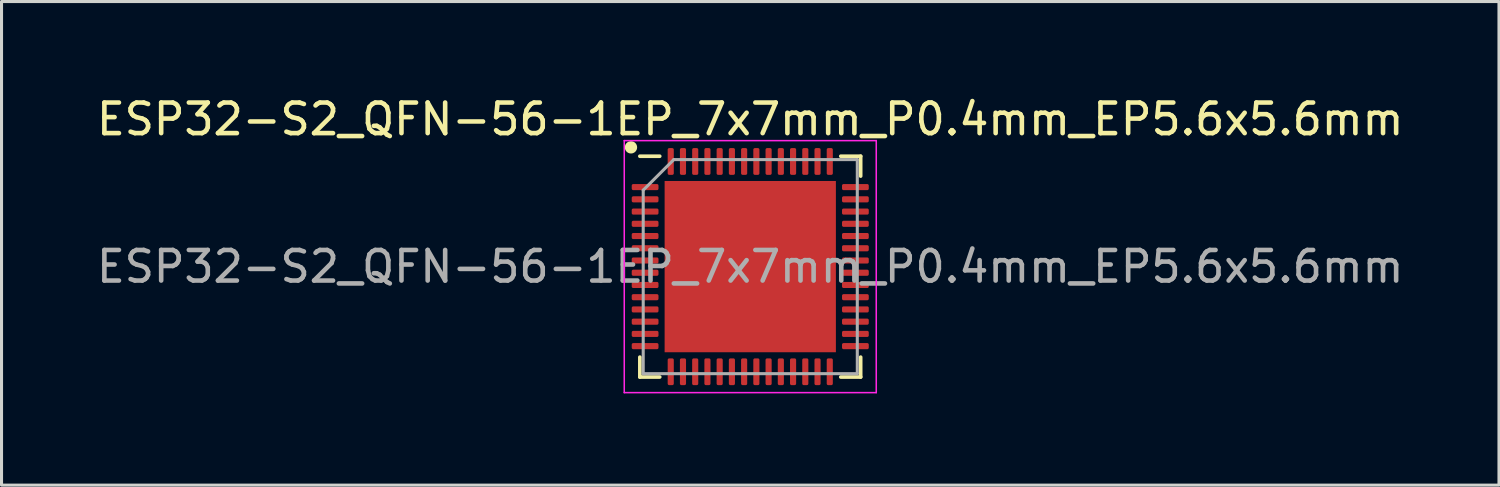
<source format=kicad_pcb>
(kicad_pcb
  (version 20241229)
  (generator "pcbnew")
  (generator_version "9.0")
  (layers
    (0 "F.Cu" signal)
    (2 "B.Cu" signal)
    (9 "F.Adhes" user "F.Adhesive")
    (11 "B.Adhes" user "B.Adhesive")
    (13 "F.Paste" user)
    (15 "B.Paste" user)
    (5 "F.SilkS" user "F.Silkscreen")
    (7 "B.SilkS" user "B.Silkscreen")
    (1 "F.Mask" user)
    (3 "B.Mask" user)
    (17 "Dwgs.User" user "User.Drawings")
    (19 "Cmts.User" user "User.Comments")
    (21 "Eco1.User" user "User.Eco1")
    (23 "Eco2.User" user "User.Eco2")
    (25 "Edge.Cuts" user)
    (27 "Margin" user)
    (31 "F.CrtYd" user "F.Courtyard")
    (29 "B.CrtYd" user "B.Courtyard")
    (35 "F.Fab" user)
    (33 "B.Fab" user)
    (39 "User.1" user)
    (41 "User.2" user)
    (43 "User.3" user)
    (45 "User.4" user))
  (footprint "ESP32-S2_QFN-56-1EP_7x7mm_P0.4mm_EP5.6x5.6mm"
    (layer "F.Cu")
    (at 21.482 5.668)
    (property "Reference" "ESP32-S2_QFN-56-1EP_7x7mm_P0.4mm_EP5.6x5.6mm" (at 0 -4.82 0) (layer "F.SilkS") (effects (font (size 1 1) (thickness 0.15))))
    (attr smd)
    (fp_line (start -3.61 3.61) (end -3.61 2.96) (stroke (width 0.12) (type solid)) (layer "F.SilkS"))
    (fp_line (start -2.96 -3.61) (end -3.61 -3.61) (stroke (width 0.12) (type solid)) (layer "F.SilkS"))
    (fp_line (start -2.96 3.61) (end -3.61 3.61) (stroke (width 0.12) (type solid)) (layer "F.SilkS"))
    (fp_line (start 2.96 -3.61) (end 3.61 -3.61) (stroke (width 0.12) (type solid)) (layer "F.SilkS"))
    (fp_line (start 2.96 3.61) (end 3.61 3.61) (stroke (width 0.12) (type solid)) (layer "F.SilkS"))
    (fp_line (start 3.61 -3.61) (end 3.61 -2.96) (stroke (width 0.12) (type solid)) (layer "F.SilkS"))
    (fp_line (start 3.61 3.61) (end 3.61 2.96) (stroke (width 0.12) (type solid)) (layer "F.SilkS"))
    (fp_circle (center -3.9 -3.9) (end -3.759 -3.9) (stroke (width 0.12) (type solid)) (fill yes) (layer "F.SilkS"))
    (fp_line (start -4.12 -4.12) (end -4.12 4.12) (stroke (width 0.05) (type solid)) (layer "F.CrtYd"))
    (fp_line (start -4.12 4.12) (end 4.12 4.12) (stroke (width 0.05) (type solid)) (layer "F.CrtYd"))
    (fp_line (start 4.12 -4.12) (end -4.12 -4.12) (stroke (width 0.05) (type solid)) (layer "F.CrtYd"))
    (fp_line (start 4.12 4.12) (end 4.12 -4.12) (stroke (width 0.05) (type solid)) (layer "F.CrtYd"))
    (fp_line (start -3.5 -2.5) (end -2.5 -3.5) (stroke (width 0.1) (type solid)) (layer "F.Fab"))
    (fp_line (start -3.5 3.5) (end -3.5 -2.5) (stroke (width 0.1) (type solid)) (layer "F.Fab"))
    (fp_line (start -2.5 -3.5) (end 3.5 -3.5) (stroke (width 0.1) (type solid)) (layer "F.Fab"))
    (fp_line (start 3.5 -3.5) (end 3.5 3.5) (stroke (width 0.1) (type solid)) (layer "F.Fab"))
    (fp_line (start 3.5 3.5) (end -3.5 3.5) (stroke (width 0.1) (type solid)) (layer "F.Fab"))
    (fp_text user "${REFERENCE}" (at 0 0 0) (layer "F.Fab") (effects (font (size 1 1) (thickness 0.15))))
    (pad "" smd roundrect (at -2.1 -2.1) (size 1.13 1.13) (layers "F.Paste") (roundrect_rratio 0.221))
    (pad "" smd roundrect (at -2.1 -0.7) (size 1.13 1.13) (layers "F.Paste") (roundrect_rratio 0.221))
    (pad "" smd roundrect (at -2.1 0.7) (size 1.13 1.13) (layers "F.Paste") (roundrect_rratio 0.221))
    (pad "" smd roundrect (at -2.1 2.1) (size 1.13 1.13) (layers "F.Paste") (roundrect_rratio 0.221))
    (pad "" smd roundrect (at -0.7 -2.1) (size 1.13 1.13) (layers "F.Paste") (roundrect_rratio 0.221))
    (pad "" smd roundrect (at -0.7 -0.7) (size 1.13 1.13) (layers "F.Paste") (roundrect_rratio 0.221))
    (pad "" smd roundrect (at -0.7 0.7) (size 1.13 1.13) (layers "F.Paste") (roundrect_rratio 0.221))
    (pad "" smd roundrect (at -0.7 2.1) (size 1.13 1.13) (layers "F.Paste") (roundrect_rratio 0.221))
    (pad "" smd roundrect (at 0.7 -2.1) (size 1.13 1.13) (layers "F.Paste") (roundrect_rratio 0.221))
    (pad "" smd roundrect (at 0.7 -0.7) (size 1.13 1.13) (layers "F.Paste") (roundrect_rratio 0.221))
    (pad "" smd roundrect (at 0.7 0.7) (size 1.13 1.13) (layers "F.Paste") (roundrect_rratio 0.221))
    (pad "" smd roundrect (at 0.7 2.1) (size 1.13 1.13) (layers "F.Paste") (roundrect_rratio 0.221))
    (pad "" smd roundrect (at 2.1 -2.1) (size 1.13 1.13) (layers "F.Paste") (roundrect_rratio 0.221))
    (pad "" smd roundrect (at 2.1 -0.7) (size 1.13 1.13) (layers "F.Paste") (roundrect_rratio 0.221))
    (pad "" smd roundrect (at 2.1 0.7) (size 1.13 1.13) (layers "F.Paste") (roundrect_rratio 0.221))
    (pad "" smd roundrect (at 2.1 2.1) (size 1.13 1.13) (layers "F.Paste") (roundrect_rratio 0.221))
    (pad "1" smd roundrect (at -3.438 -2.6) (size 0.875 0.2) (layers "F.Cu" "F.Mask" "F.Paste") (roundrect_rratio 0.25))
    (pad "2" smd roundrect (at -3.438 -2.2) (size 0.875 0.2) (layers "F.Cu" "F.Mask" "F.Paste") (roundrect_rratio 0.25))
    (pad "3" smd roundrect (at -3.438 -1.8) (size 0.875 0.2) (layers "F.Cu" "F.Mask" "F.Paste") (roundrect_rratio 0.25))
    (pad "4" smd roundrect (at -3.438 -1.4) (size 0.875 0.2) (layers "F.Cu" "F.Mask" "F.Paste") (roundrect_rratio 0.25))
    (pad "5" smd roundrect (at -3.438 -1) (size 0.875 0.2) (layers "F.Cu" "F.Mask" "F.Paste") (roundrect_rratio 0.25))
    (pad "6" smd roundrect (at -3.438 -0.6) (size 0.875 0.2) (layers "F.Cu" "F.Mask" "F.Paste") (roundrect_rratio 0.25))
    (pad "7" smd roundrect (at -3.438 -0.2) (size 0.875 0.2) (layers "F.Cu" "F.Mask" "F.Paste") (roundrect_rratio 0.25))
    (pad "8" smd roundrect (at -3.438 0.2) (size 0.875 0.2) (layers "F.Cu" "F.Mask" "F.Paste") (roundrect_rratio 0.25))
    (pad "9" smd roundrect (at -3.438 0.6) (size 0.875 0.2) (layers "F.Cu" "F.Mask" "F.Paste") (roundrect_rratio 0.25))
    (pad "10" smd roundrect (at -3.438 1) (size 0.875 0.2) (layers "F.Cu" "F.Mask" "F.Paste") (roundrect_rratio 0.25))
    (pad "11" smd roundrect (at -3.438 1.4) (size 0.875 0.2) (layers "F.Cu" "F.Mask" "F.Paste") (roundrect_rratio 0.25))
    (pad "12" smd roundrect (at -3.438 1.8) (size 0.875 0.2) (layers "F.Cu" "F.Mask" "F.Paste") (roundrect_rratio 0.25))
    (pad "13" smd roundrect (at -3.438 2.2) (size 0.875 0.2) (layers "F.Cu" "F.Mask" "F.Paste") (roundrect_rratio 0.25))
    (pad "14" smd roundrect (at -3.438 2.6) (size 0.875 0.2) (layers "F.Cu" "F.Mask" "F.Paste") (roundrect_rratio 0.25))
    (pad "15" smd roundrect (at -2.6 3.438) (size 0.2 0.875) (layers "F.Cu" "F.Mask" "F.Paste") (roundrect_rratio 0.25))
    (pad "16" smd roundrect (at -2.2 3.438) (size 0.2 0.875) (layers "F.Cu" "F.Mask" "F.Paste") (roundrect_rratio 0.25))
    (pad "17" smd roundrect (at -1.8 3.438) (size 0.2 0.875) (layers "F.Cu" "F.Mask" "F.Paste") (roundrect_rratio 0.25))
    (pad "18" smd roundrect (at -1.4 3.438) (size 0.2 0.875) (layers "F.Cu" "F.Mask" "F.Paste") (roundrect_rratio 0.25))
    (pad "19" smd roundrect (at -1 3.438) (size 0.2 0.875) (layers "F.Cu" "F.Mask" "F.Paste") (roundrect_rratio 0.25))
    (pad "20" smd roundrect (at -0.6 3.438) (size 0.2 0.875) (layers "F.Cu" "F.Mask" "F.Paste") (roundrect_rratio 0.25))
    (pad "21" smd roundrect (at -0.2 3.438) (size 0.2 0.875) (layers "F.Cu" "F.Mask" "F.Paste") (roundrect_rratio 0.25))
    (pad "22" smd roundrect (at 0.2 3.438) (size 0.2 0.875) (layers "F.Cu" "F.Mask" "F.Paste") (roundrect_rratio 0.25))
    (pad "23" smd roundrect (at 0.6 3.438) (size 0.2 0.875) (layers "F.Cu" "F.Mask" "F.Paste") (roundrect_rratio 0.25))
    (pad "24" smd roundrect (at 1 3.438) (size 0.2 0.875) (layers "F.Cu" "F.Mask" "F.Paste") (roundrect_rratio 0.25))
    (pad "25" smd roundrect (at 1.4 3.438) (size 0.2 0.875) (layers "F.Cu" "F.Mask" "F.Paste") (roundrect_rratio 0.25))
    (pad "26" smd roundrect (at 1.8 3.438) (size 0.2 0.875) (layers "F.Cu" "F.Mask" "F.Paste") (roundrect_rratio 0.25))
    (pad "27" smd roundrect (at 2.2 3.438) (size 0.2 0.875) (layers "F.Cu" "F.Mask" "F.Paste") (roundrect_rratio 0.25))
    (pad "28" smd roundrect (at 2.6 3.438) (size 0.2 0.875) (layers "F.Cu" "F.Mask" "F.Paste") (roundrect_rratio 0.25))
    (pad "29" smd roundrect (at 3.438 2.6) (size 0.875 0.2) (layers "F.Cu" "F.Mask" "F.Paste") (roundrect_rratio 0.25))
    (pad "30" smd roundrect (at 3.438 2.2) (size 0.875 0.2) (layers "F.Cu" "F.Mask" "F.Paste") (roundrect_rratio 0.25))
    (pad "31" smd roundrect (at 3.438 1.8) (size 0.875 0.2) (layers "F.Cu" "F.Mask" "F.Paste") (roundrect_rratio 0.25))
    (pad "32" smd roundrect (at 3.438 1.4) (size 0.875 0.2) (layers "F.Cu" "F.Mask" "F.Paste") (roundrect_rratio 0.25))
    (pad "33" smd roundrect (at 3.438 1) (size 0.875 0.2) (layers "F.Cu" "F.Mask" "F.Paste") (roundrect_rratio 0.25))
    (pad "34" smd roundrect (at 3.438 0.6) (size 0.875 0.2) (layers "F.Cu" "F.Mask" "F.Paste") (roundrect_rratio 0.25))
    (pad "35" smd roundrect (at 3.438 0.2) (size 0.875 0.2) (layers "F.Cu" "F.Mask" "F.Paste") (roundrect_rratio 0.25))
    (pad "36" smd roundrect (at 3.438 -0.2) (size 0.875 0.2) (layers "F.Cu" "F.Mask" "F.Paste") (roundrect_rratio 0.25))
    (pad "37" smd roundrect (at 3.438 -0.6) (size 0.875 0.2) (layers "F.Cu" "F.Mask" "F.Paste") (roundrect_rratio 0.25))
    (pad "38" smd roundrect (at 3.438 -1) (size 0.875 0.2) (layers "F.Cu" "F.Mask" "F.Paste") (roundrect_rratio 0.25))
    (pad "39" smd roundrect (at 3.438 -1.4) (size 0.875 0.2) (layers "F.Cu" "F.Mask" "F.Paste") (roundrect_rratio 0.25))
    (pad "40" smd roundrect (at 3.438 -1.8) (size 0.875 0.2) (layers "F.Cu" "F.Mask" "F.Paste") (roundrect_rratio 0.25))
    (pad "41" smd roundrect (at 3.438 -2.2) (size 0.875 0.2) (layers "F.Cu" "F.Mask" "F.Paste") (roundrect_rratio 0.25))
    (pad "42" smd roundrect (at 3.438 -2.6) (size 0.875 0.2) (layers "F.Cu" "F.Mask" "F.Paste") (roundrect_rratio 0.25))
    (pad "43" smd roundrect (at 2.6 -3.438) (size 0.2 0.875) (layers "F.Cu" "F.Mask" "F.Paste") (roundrect_rratio 0.25))
    (pad "44" smd roundrect (at 2.2 -3.438) (size 0.2 0.875) (layers "F.Cu" "F.Mask" "F.Paste") (roundrect_rratio 0.25))
    (pad "45" smd roundrect (at 1.8 -3.438) (size 0.2 0.875) (layers "F.Cu" "F.Mask" "F.Paste") (roundrect_rratio 0.25))
    (pad "46" smd roundrect (at 1.4 -3.438) (size 0.2 0.875) (layers "F.Cu" "F.Mask" "F.Paste") (roundrect_rratio 0.25))
    (pad "47" smd roundrect (at 1 -3.438) (size 0.2 0.875) (layers "F.Cu" "F.Mask" "F.Paste") (roundrect_rratio 0.25))
    (pad "48" smd roundrect (at 0.6 -3.438) (size 0.2 0.875) (layers "F.Cu" "F.Mask" "F.Paste") (roundrect_rratio 0.25))
    (pad "49" smd roundrect (at 0.2 -3.438) (size 0.2 0.875) (layers "F.Cu" "F.Mask" "F.Paste") (roundrect_rratio 0.25))
    (pad "50" smd roundrect (at -0.2 -3.438) (size 0.2 0.875) (layers "F.Cu" "F.Mask" "F.Paste") (roundrect_rratio 0.25))
    (pad "51" smd roundrect (at -0.6 -3.438) (size 0.2 0.875) (layers "F.Cu" "F.Mask" "F.Paste") (roundrect_rratio 0.25))
    (pad "52" smd roundrect (at -1 -3.438) (size 0.2 0.875) (layers "F.Cu" "F.Mask" "F.Paste") (roundrect_rratio 0.25))
    (pad "53" smd roundrect (at -1.4 -3.438) (size 0.2 0.875) (layers "F.Cu" "F.Mask" "F.Paste") (roundrect_rratio 0.25))
    (pad "54" smd roundrect (at -1.8 -3.438) (size 0.2 0.875) (layers "F.Cu" "F.Mask" "F.Paste") (roundrect_rratio 0.25))
    (pad "55" smd roundrect (at -2.2 -3.438) (size 0.2 0.875) (layers "F.Cu" "F.Mask" "F.Paste") (roundrect_rratio 0.25))
    (pad "56" smd roundrect (at -2.6 -3.438) (size 0.2 0.875) (layers "F.Cu" "F.Mask" "F.Paste") (roundrect_rratio 0.25))
    (pad "57" smd rect (at 0 0) (size 5.6 5.6) (layers "F.Cu" "F.Mask")))
  (gr_rect
    (start -3 -3)
    (end 45.964 12.813)
    (stroke (width 0.1) (type default))
    (fill no)
    (layer "Edge.Cuts")))
</source>
